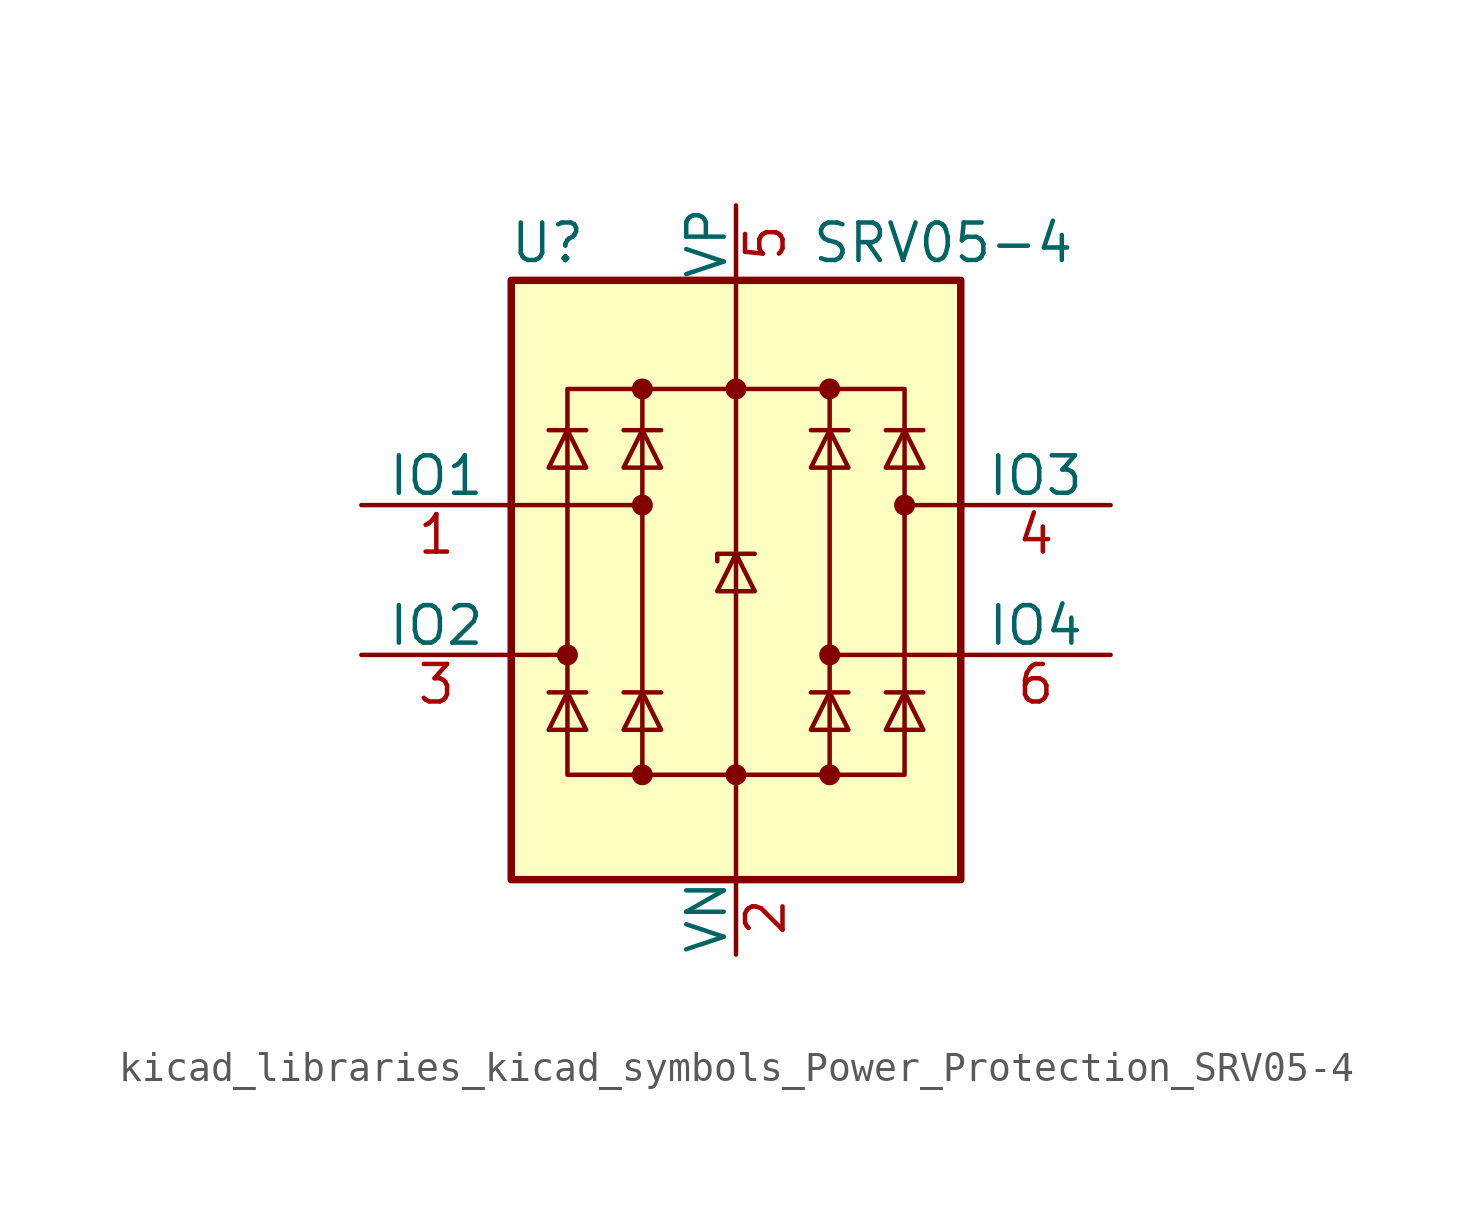
<source format=kicad_sym>
(kicad_symbol_lib
  (version 20220914)
  (generator kicad_symbol_editor)
  (symbol "kicad_libraries_kicad_symbols_Power_Protection_SRV05-4"
    (pin_names
      (offset 0))
    (property "Reference" "U"
      (at -5.08 11.43 0)
      (effects (font (size 1.27 1.27)) (justify right)))
    (property "Value" "SRV05-4"
      (at 2.54 11.43 0)
      (effects (font (size 1.27 1.27)) (justify left)))
    (symbol "kicad_libraries_kicad_symbols_Power_Protection_SRV05-4_0_0"
      (rectangle (start -5.715 6.477) (end 5.715 -6.604) (stroke (width 0) (type default)) (fill (type none)))
      (polyline (pts (xy -3.175 -6.604) (xy -3.175 6.477)) (stroke (width 0) (type default)) (fill (type none)))
      (polyline (pts (xy 3.175 6.477) (xy 3.175 -6.604)) (stroke (width 0) (type default)) (fill (type none))))
    (symbol "kicad_libraries_kicad_symbols_Power_Protection_SRV05-4_0_1"
      (rectangle (start -7.62 10.16) (end 7.62 -10.16) (stroke (width 0.254) (type default)) (fill (type background)))
      (circle (center -5.715 -2.54) (radius 0.279) (stroke (width 0) (type default)) (fill (type outline)))
      (circle (center -3.175 -6.604) (radius 0.279) (stroke (width 0) (type default)) (fill (type outline)))
      (circle (center -3.175 2.54) (radius 0.279) (stroke (width 0) (type default)) (fill (type outline)))
      (circle (center -3.175 6.477) (radius 0.279) (stroke (width 0) (type default)) (fill (type outline)))
      (circle (center 0 -6.604) (radius 0.279) (stroke (width 0) (type default)) (fill (type outline)))
      (polyline (pts (xy -7.747 2.54) (xy -3.175 2.54)) (stroke (width 0) (type default)) (fill (type none)))
      (polyline (pts (xy -7.62 -2.54) (xy -5.715 -2.54)) (stroke (width 0) (type default)) (fill (type none)))
      (polyline (pts (xy -5.08 -3.81) (xy -6.35 -3.81)) (stroke (width 0) (type default)) (fill (type none)))
      (polyline (pts (xy -5.08 5.08) (xy -6.35 5.08)) (stroke (width 0) (type default)) (fill (type none)))
      (polyline (pts (xy -2.54 -3.81) (xy -3.81 -3.81)) (stroke (width 0) (type default)) (fill (type none)))
      (polyline (pts (xy -2.54 5.08) (xy -3.81 5.08)) (stroke (width 0) (type default)) (fill (type none)))
      (polyline (pts (xy 0 10.16) (xy 0 -10.16)) (stroke (width 0) (type default)) (fill (type none)))
      (polyline (pts (xy 3.81 -3.81) (xy 2.54 -3.81)) (stroke (width 0) (type default)) (fill (type none)))
      (polyline (pts (xy 3.81 5.08) (xy 2.54 5.08)) (stroke (width 0) (type default)) (fill (type none)))
      (polyline (pts (xy 6.35 -3.81) (xy 5.08 -3.81)) (stroke (width 0) (type default)) (fill (type none)))
      (polyline (pts (xy 6.35 5.08) (xy 5.08 5.08)) (stroke (width 0) (type default)) (fill (type none)))
      (polyline (pts (xy 7.62 -2.54) (xy 3.175 -2.54)) (stroke (width 0) (type default)) (fill (type none)))
      (polyline (pts (xy 7.62 2.54) (xy 5.715 2.54)) (stroke (width 0) (type default)) (fill (type none)))
      (polyline (pts (xy 0.635 0.889) (xy -0.635 0.889) (xy -0.635 0.635)) (stroke (width 0) (type default)) (fill (type none)))
      (polyline (pts (xy -5.08 -5.08) (xy -6.35 -5.08) (xy -5.715 -3.81) (xy -5.08 -5.08)) (stroke (width 0) (type default)) (fill (type none)))
      (polyline (pts (xy -5.08 3.81) (xy -6.35 3.81) (xy -5.715 5.08) (xy -5.08 3.81)) (stroke (width 0) (type default)) (fill (type none)))
      (polyline (pts (xy -2.54 -5.08) (xy -3.81 -5.08) (xy -3.175 -3.81) (xy -2.54 -5.08)) (stroke (width 0) (type default)) (fill (type none)))
      (polyline (pts (xy -2.54 3.81) (xy -3.81 3.81) (xy -3.175 5.08) (xy -2.54 3.81)) (stroke (width 0) (type default)) (fill (type none)))
      (polyline (pts (xy 0.635 -0.381) (xy -0.635 -0.381) (xy 0 0.889) (xy 0.635 -0.381)) (stroke (width 0) (type default)) (fill (type none)))
      (polyline (pts (xy 3.81 -5.08) (xy 2.54 -5.08) (xy 3.175 -3.81) (xy 3.81 -5.08)) (stroke (width 0) (type default)) (fill (type none)))
      (polyline (pts (xy 3.81 3.81) (xy 2.54 3.81) (xy 3.175 5.08) (xy 3.81 3.81)) (stroke (width 0) (type default)) (fill (type none)))
      (polyline (pts (xy 6.35 -5.08) (xy 5.08 -5.08) (xy 5.715 -3.81) (xy 6.35 -5.08)) (stroke (width 0) (type default)) (fill (type none)))
      (polyline (pts (xy 6.35 3.81) (xy 5.08 3.81) (xy 5.715 5.08) (xy 6.35 3.81)) (stroke (width 0) (type default)) (fill (type none)))
      (circle (center 0 6.477) (radius 0.279) (stroke (width 0) (type default)) (fill (type outline)))
      (circle (center 3.175 -6.604) (radius 0.279) (stroke (width 0) (type default)) (fill (type outline)))
      (circle (center 3.175 -2.54) (radius 0.279) (stroke (width 0) (type default)) (fill (type outline)))
      (circle (center 3.175 6.477) (radius 0.279) (stroke (width 0) (type default)) (fill (type outline)))
      (circle (center 5.715 2.54) (radius 0.279) (stroke (width 0) (type default)) (fill (type outline))))
    (symbol "kicad_libraries_kicad_symbols_Power_Protection_SRV05-4_1_1"
      (pin passive line (at -12.7 2.54 0) (length 5.08) (name "IO1" (effects (font (size 1.27 1.27)))) (number "1" (effects (font (size 1.27 1.27)))))
      (pin passive line (at 0 -12.7 90) (length 2.54) (name "VN" (effects (font (size 1.27 1.27)))) (number "2" (effects (font (size 1.27 1.27)))))
      (pin passive line (at -12.7 -2.54 0) (length 5.08) (name "IO2" (effects (font (size 1.27 1.27)))) (number "3" (effects (font (size 1.27 1.27)))))
      (pin passive line (at 12.7 2.54 180) (length 5.08) (name "IO3" (effects (font (size 1.27 1.27)))) (number "4" (effects (font (size 1.27 1.27)))))
      (pin passive line (at 0 12.7 270) (length 2.54) (name "VP" (effects (font (size 1.27 1.27)))) (number "5" (effects (font (size 1.27 1.27)))))
      (pin passive line (at 12.7 -2.54 180) (length 5.08) (name "IO4" (effects (font (size 1.27 1.27)))) (number "6" (effects (font (size 1.27 1.27))))))))
</source>
